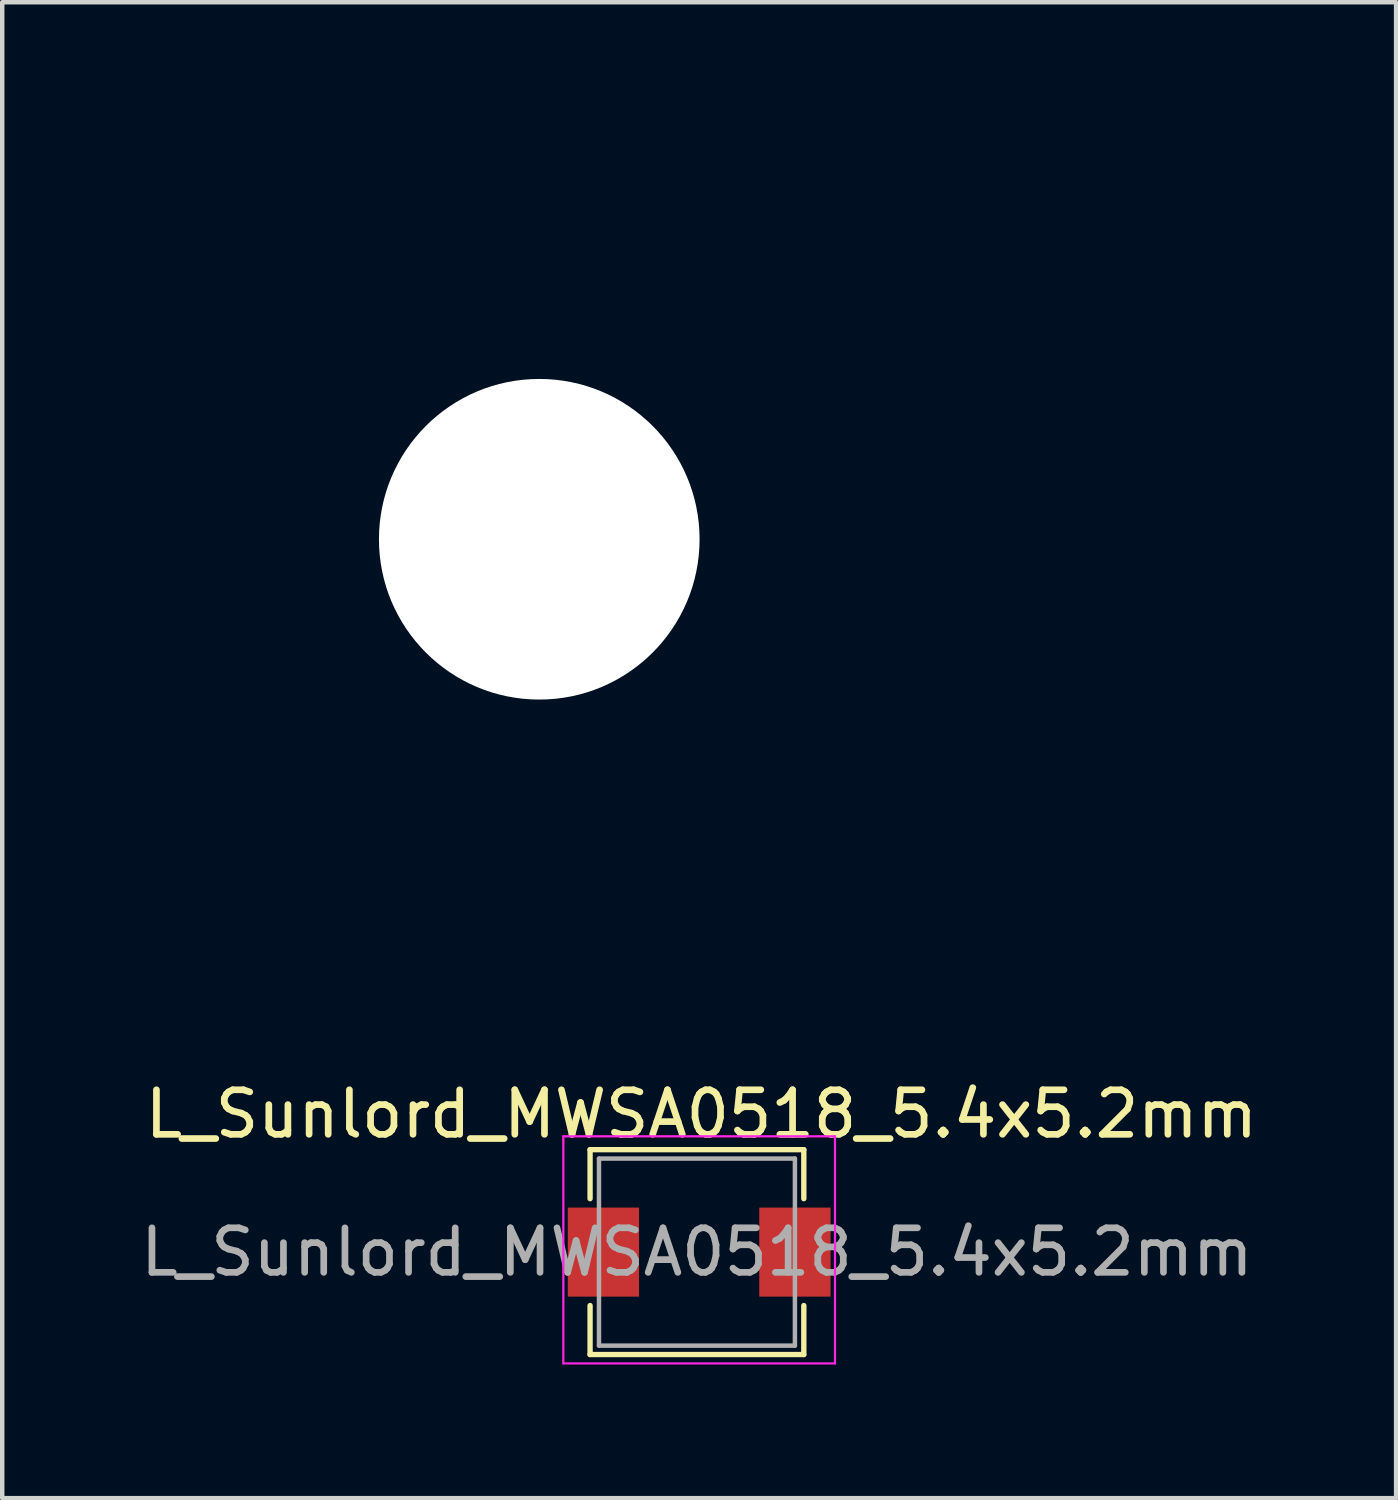
<source format=kicad_pcb>
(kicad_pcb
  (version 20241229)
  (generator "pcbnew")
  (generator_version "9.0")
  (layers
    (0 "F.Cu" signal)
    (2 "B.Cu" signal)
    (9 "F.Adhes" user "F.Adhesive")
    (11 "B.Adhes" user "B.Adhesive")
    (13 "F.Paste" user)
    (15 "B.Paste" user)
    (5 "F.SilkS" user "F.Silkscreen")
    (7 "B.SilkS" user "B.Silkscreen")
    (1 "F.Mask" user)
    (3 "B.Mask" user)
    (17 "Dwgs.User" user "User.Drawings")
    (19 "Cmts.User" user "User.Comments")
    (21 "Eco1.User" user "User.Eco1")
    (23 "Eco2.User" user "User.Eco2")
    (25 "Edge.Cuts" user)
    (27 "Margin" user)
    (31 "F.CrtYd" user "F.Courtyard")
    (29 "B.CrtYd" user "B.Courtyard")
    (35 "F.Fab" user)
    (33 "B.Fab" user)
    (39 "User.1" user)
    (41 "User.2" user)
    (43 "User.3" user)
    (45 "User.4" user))
  (footprint "L_Sunlord_MWSA0518_5.4x5.2mm"
    (layer "F.Cu")
    (at 12.601 25.068)
    (property "Reference" "L_Sunlord_MWSA0518_5.4x5.2mm" (at 0.1 -3.1 0) (layer "F.SilkS") (effects (font (size 1 1) (thickness 0.15))))
    (attr smd)
    (fp_line (start -2.4 -2.3) (end -2.4 -1.2) (stroke (width 0.12) (type solid)) (layer "F.SilkS"))
    (fp_line (start -2.4 -2.3) (end 2.4 -2.3) (stroke (width 0.12) (type solid)) (layer "F.SilkS"))
    (fp_line (start -2.4 2.3) (end -2.4 1.2) (stroke (width 0.12) (type solid)) (layer "F.SilkS"))
    (fp_line (start -2.4 2.3) (end 2.4 2.3) (stroke (width 0.12) (type solid)) (layer "F.SilkS"))
    (fp_line (start 2.4 -2.3) (end 2.4 -1.2) (stroke (width 0.12) (type solid)) (layer "F.SilkS"))
    (fp_line (start 2.4 2.3) (end 2.4 1.2) (stroke (width 0.12) (type solid)) (layer "F.SilkS"))
    (fp_line (start -3 -2.6) (end 3.1 -2.6) (stroke (width 0.05) (type solid)) (layer "F.CrtYd"))
    (fp_line (start -3 2.5) (end -3 -2.6) (stroke (width 0.05) (type solid)) (layer "F.CrtYd"))
    (fp_line (start 3.1 -2.6) (end 3.1 2.5) (stroke (width 0.05) (type solid)) (layer "F.CrtYd"))
    (fp_line (start 3.1 2.5) (end -3 2.5) (stroke (width 0.05) (type solid)) (layer "F.CrtYd"))
    (fp_line (start -2.2 -2.1) (end 2.2 -2.1) (stroke (width 0.1) (type solid)) (layer "F.Fab"))
    (fp_line (start -2.2 2.1) (end -2.2 -2.1) (stroke (width 0.1) (type solid)) (layer "F.Fab"))
    (fp_line (start 2.2 -2.1) (end 2.2 2.1) (stroke (width 0.1) (type solid)) (layer "F.Fab"))
    (fp_line (start 2.2 2.1) (end -2.2 2.1) (stroke (width 0.1) (type solid)) (layer "F.Fab"))
    (fp_text user "${REFERENCE}" (at 0 0 0) (layer "F.Fab") (effects (font (size 1 1) (thickness 0.15))))
    (pad "1" smd rect (at -2.1 0) (size 1.6 2) (layers "F.Cu" "F.Mask" "F.Paste"))
    (pad "2" smd rect (at 2.2 0) (size 1.6 2) (layers "F.Cu" "F.Mask" "F.Paste")))
  (footprint "ALPS_EC11"
    (layer "F.Cu")
    (at 9.06 9.06)
    (property "Reference" "ALPS_EC11" (at 0 0 0) (layer "F.SilkS") (effects (font (size 0.8 0.8) (thickness 0.15))))
    (attr through_hole)
    (fp_circle (center 0 0) (end 9 0) (stroke (width 0.12) (type solid)) (fill no) (layer "Eco1.User"))
    (pad "" np_thru_hole circle (at 0 0) (size 7.2 7.2) (drill 7.2) (layers "*.Cu" "*.Mask")))
  (gr_rect
    (start -3 -3)
    (end 28.302 30.593)
    (stroke (width 0.1) (type default))
    (fill no)
    (layer "Edge.Cuts")))
</source>
